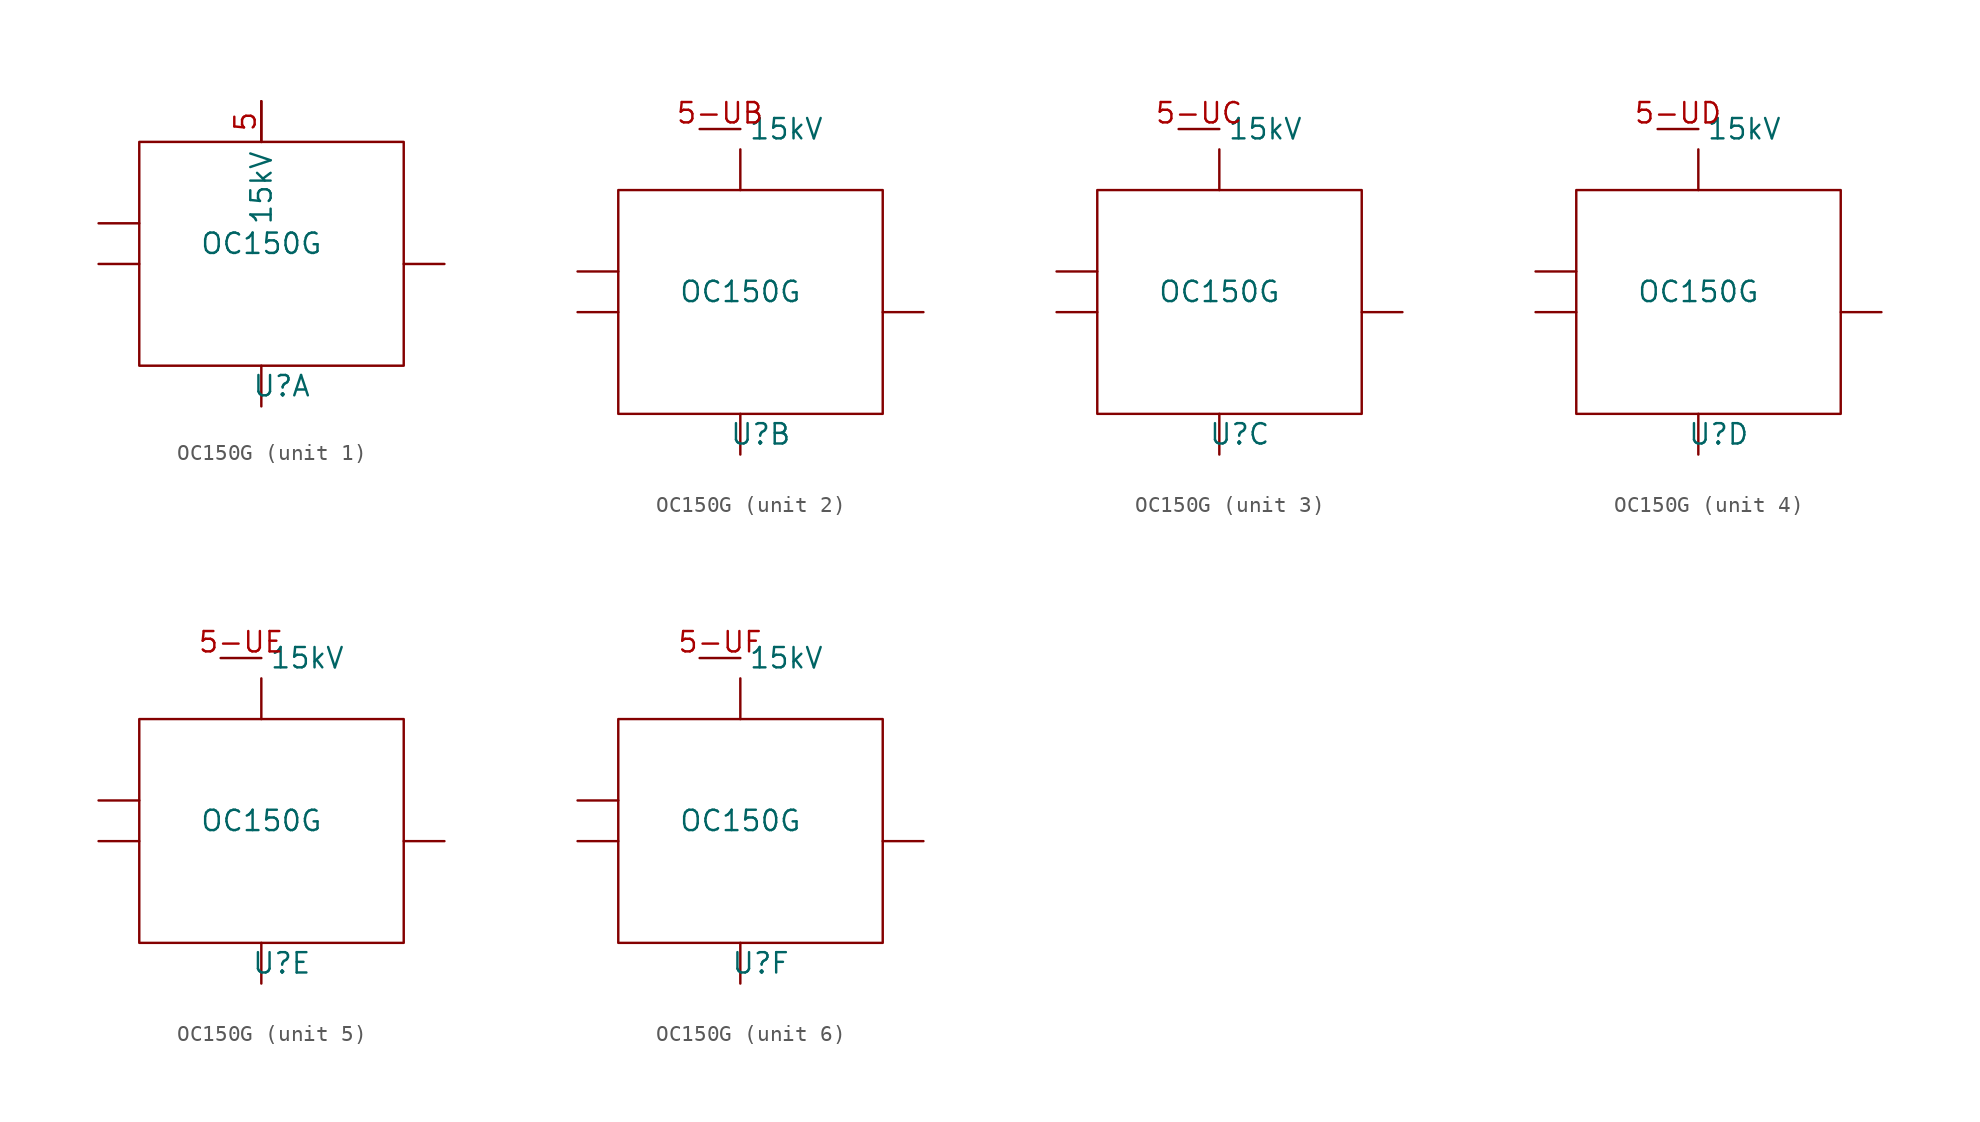
<source format=kicad_sym>
(kicad_symbol_lib
  (version 20211014)
  (generator kicad_symbol_editor)
  (symbol "OC150G"
    (pin_names
      (offset 0.5))
    (property "Reference" "U"
      (at 1.27 -8.89 0)
      (effects (font (size 1.27 1.27))))
    (property "Value" "OC150G"
      (at 0 0 0)
      (effects (font (size 1.27 1.27))))
    (symbol "OC150G_0_1"
      (rectangle (start -7.62 6.35) (end 8.89 -7.62) (stroke (width 0) (type default) (color 0 0 0 0)) (fill (type none)))
      (polyline (pts (xy -10.16 -1.27) (xy -7.62 -1.27)) (stroke (width 0) (type default) (color 0 0 0 0)) (fill (type none)))
      (polyline (pts (xy -10.16 1.27) (xy -7.62 1.27)) (stroke (width 0) (type default) (color 0 0 0 0)) (fill (type none)))
      (polyline (pts (xy 0 -10.16) (xy 0 -7.62)) (stroke (width 0) (type default) (color 0 0 0 0)) (fill (type none)))
      (polyline (pts (xy 0 6.35) (xy 0 8.89)) (stroke (width 0) (type default) (color 0 0 0 0)) (fill (type none)))
      (polyline (pts (xy 8.89 -1.27) (xy 11.43 -1.27)) (stroke (width 0) (type default) (color 0 0 0 0)) (fill (type none))))
    (symbol "OC150G_1_1"
      (pin input line (at 0 8.89 270) (length 2.54) (name "15kV" (effects (font (size 1.27 1.27)))) (number "5" (effects (font (size 1.27 1.27))))))
    (symbol "OC150G_2_1"
      (pin input line (at -2.54 10.16 0) (length 2.54) (name "15kV" (effects (font (size 1.27 1.27)))) (number "5-UB" (effects (font (size 1.27 1.27))))))
    (symbol "OC150G_3_1"
      (pin input line (at -2.54 10.16 0) (length 2.54) (name "15kV" (effects (font (size 1.27 1.27)))) (number "5-UC" (effects (font (size 1.27 1.27))))))
    (symbol "OC150G_4_1"
      (pin input line (at -2.54 10.16 0) (length 2.54) (name "15kV" (effects (font (size 1.27 1.27)))) (number "5-UD" (effects (font (size 1.27 1.27))))))
    (symbol "OC150G_5_1"
      (pin input line (at -2.54 10.16 0) (length 2.54) (name "15kV" (effects (font (size 1.27 1.27)))) (number "5-UE" (effects (font (size 1.27 1.27))))))
    (symbol "OC150G_6_1"
      (pin input line (at -2.54 10.16 0) (length 2.54) (name "15kV" (effects (font (size 1.27 1.27)))) (number "5-UF" (effects (font (size 1.27 1.27))))))))
</source>
